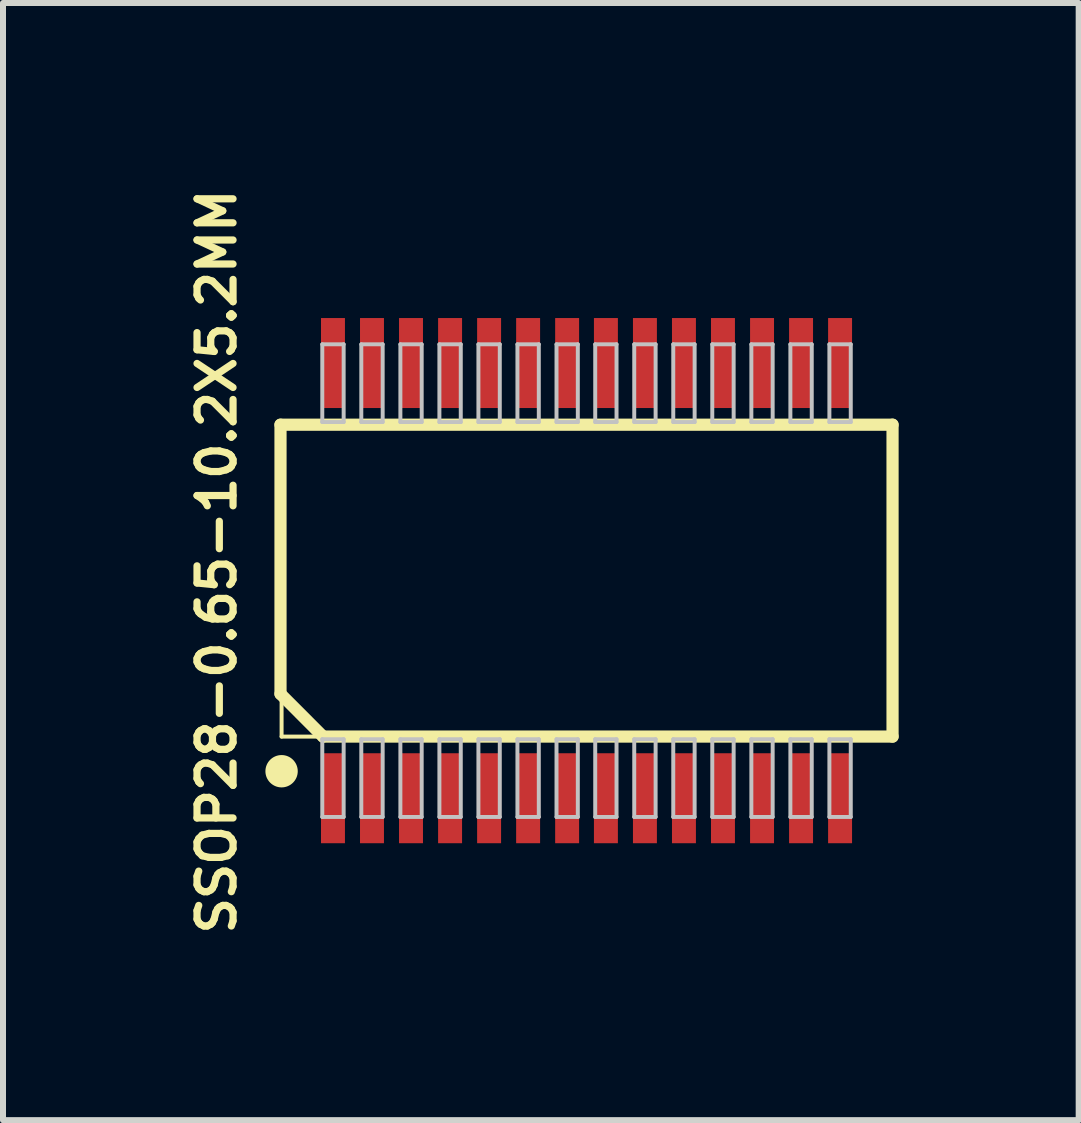
<source format=kicad_pcb>
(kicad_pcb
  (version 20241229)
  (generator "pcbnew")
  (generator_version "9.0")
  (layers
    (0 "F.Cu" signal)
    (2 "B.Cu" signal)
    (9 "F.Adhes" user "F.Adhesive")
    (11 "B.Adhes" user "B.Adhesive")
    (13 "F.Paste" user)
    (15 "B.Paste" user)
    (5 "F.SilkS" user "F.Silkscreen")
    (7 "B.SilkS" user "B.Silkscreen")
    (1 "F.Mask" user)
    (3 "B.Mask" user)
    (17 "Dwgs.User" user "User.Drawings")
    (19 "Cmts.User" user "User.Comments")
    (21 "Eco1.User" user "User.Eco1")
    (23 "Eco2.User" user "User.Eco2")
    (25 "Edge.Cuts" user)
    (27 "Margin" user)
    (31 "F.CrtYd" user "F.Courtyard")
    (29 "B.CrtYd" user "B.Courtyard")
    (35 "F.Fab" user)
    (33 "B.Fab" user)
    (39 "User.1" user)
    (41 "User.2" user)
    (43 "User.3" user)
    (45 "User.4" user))
  (footprint "SSOP28-0.65-10.2X5.2MM"
    (layer "F.Cu")
    (at 6.721 6.623)
    (property "Reference" "SSOP28-0.65-10.2X5.2MM" (at -6.16 -0.318 90) (layer "F.SilkS") (effects (font (size 0.6 0.6) (thickness 0.12))))
    (attr smd)
    (fp_line (start -5.098 -2.598) (end -5.098 1.887) (stroke (width 0.203) (type solid)) (layer "F.SilkS"))
    (fp_line (start -5.098 1.887) (end -4.389 2.598) (stroke (width 0.203) (type solid)) (layer "F.SilkS"))
    (fp_line (start -5.08 -2.598) (end 5.08 -2.598) (stroke (width 0.066) (type solid)) (layer "F.SilkS"))
    (fp_line (start -5.08 2.598) (end -5.08 -2.598) (stroke (width 0.066) (type solid)) (layer "F.SilkS"))
    (fp_line (start -5.08 2.598) (end 5.08 2.598) (stroke (width 0.066) (type solid)) (layer "F.SilkS"))
    (fp_line (start -4.389 2.598) (end 5.098 2.598) (stroke (width 0.203) (type solid)) (layer "F.SilkS"))
    (fp_line (start 5.08 2.598) (end 5.08 -2.598) (stroke (width 0.066) (type solid)) (layer "F.SilkS"))
    (fp_line (start 5.098 -2.598) (end -5.098 -2.598) (stroke (width 0.203) (type solid)) (layer "F.SilkS"))
    (fp_line (start 5.098 2.598) (end 5.098 -2.598) (stroke (width 0.203) (type solid)) (layer "F.SilkS"))
    (fp_circle (center -5.08 3.175) (end -5.271 3.365) (stroke (width 0) (type solid)) (fill yes) (layer "F.SilkS"))
    (fp_line (start -4.402 -3.937) (end -4.046 -3.937) (stroke (width 0.066) (type solid)) (layer "Dwgs.User"))
    (fp_line (start -4.402 -2.642) (end -4.402 -3.937) (stroke (width 0.066) (type solid)) (layer "Dwgs.User"))
    (fp_line (start -4.402 -2.642) (end -4.046 -2.642) (stroke (width 0.066) (type solid)) (layer "Dwgs.User"))
    (fp_line (start -4.402 2.642) (end -4.046 2.642) (stroke (width 0.066) (type solid)) (layer "Dwgs.User"))
    (fp_line (start -4.402 3.937) (end -4.402 2.642) (stroke (width 0.066) (type solid)) (layer "Dwgs.User"))
    (fp_line (start -4.402 3.937) (end -4.046 3.937) (stroke (width 0.066) (type solid)) (layer "Dwgs.User"))
    (fp_line (start -4.046 -2.642) (end -4.046 -3.937) (stroke (width 0.066) (type solid)) (layer "Dwgs.User"))
    (fp_line (start -4.046 3.937) (end -4.046 2.642) (stroke (width 0.066) (type solid)) (layer "Dwgs.User"))
    (fp_line (start -3.752 -3.937) (end -3.396 -3.937) (stroke (width 0.066) (type solid)) (layer "Dwgs.User"))
    (fp_line (start -3.752 -2.642) (end -3.752 -3.937) (stroke (width 0.066) (type solid)) (layer "Dwgs.User"))
    (fp_line (start -3.752 -2.642) (end -3.396 -2.642) (stroke (width 0.066) (type solid)) (layer "Dwgs.User"))
    (fp_line (start -3.752 2.642) (end -3.396 2.642) (stroke (width 0.066) (type solid)) (layer "Dwgs.User"))
    (fp_line (start -3.752 3.937) (end -3.752 2.642) (stroke (width 0.066) (type solid)) (layer "Dwgs.User"))
    (fp_line (start -3.752 3.937) (end -3.396 3.937) (stroke (width 0.066) (type solid)) (layer "Dwgs.User"))
    (fp_line (start -3.396 -2.642) (end -3.396 -3.937) (stroke (width 0.066) (type solid)) (layer "Dwgs.User"))
    (fp_line (start -3.396 3.937) (end -3.396 2.642) (stroke (width 0.066) (type solid)) (layer "Dwgs.User"))
    (fp_line (start -3.101 -3.937) (end -2.746 -3.937) (stroke (width 0.066) (type solid)) (layer "Dwgs.User"))
    (fp_line (start -3.101 -2.642) (end -3.101 -3.937) (stroke (width 0.066) (type solid)) (layer "Dwgs.User"))
    (fp_line (start -3.101 -2.642) (end -2.746 -2.642) (stroke (width 0.066) (type solid)) (layer "Dwgs.User"))
    (fp_line (start -3.101 2.642) (end -2.746 2.642) (stroke (width 0.066) (type solid)) (layer "Dwgs.User"))
    (fp_line (start -3.101 3.937) (end -3.101 2.642) (stroke (width 0.066) (type solid)) (layer "Dwgs.User"))
    (fp_line (start -3.101 3.937) (end -2.746 3.937) (stroke (width 0.066) (type solid)) (layer "Dwgs.User"))
    (fp_line (start -2.746 -2.642) (end -2.746 -3.937) (stroke (width 0.066) (type solid)) (layer "Dwgs.User"))
    (fp_line (start -2.746 3.937) (end -2.746 2.642) (stroke (width 0.066) (type solid)) (layer "Dwgs.User"))
    (fp_line (start -2.451 -3.937) (end -2.095 -3.937) (stroke (width 0.066) (type solid)) (layer "Dwgs.User"))
    (fp_line (start -2.451 -2.642) (end -2.451 -3.937) (stroke (width 0.066) (type solid)) (layer "Dwgs.User"))
    (fp_line (start -2.451 -2.642) (end -2.095 -2.642) (stroke (width 0.066) (type solid)) (layer "Dwgs.User"))
    (fp_line (start -2.451 2.642) (end -2.095 2.642) (stroke (width 0.066) (type solid)) (layer "Dwgs.User"))
    (fp_line (start -2.451 3.937) (end -2.451 2.642) (stroke (width 0.066) (type solid)) (layer "Dwgs.User"))
    (fp_line (start -2.451 3.937) (end -2.095 3.937) (stroke (width 0.066) (type solid)) (layer "Dwgs.User"))
    (fp_line (start -2.095 -2.642) (end -2.095 -3.937) (stroke (width 0.066) (type solid)) (layer "Dwgs.User"))
    (fp_line (start -2.095 3.937) (end -2.095 2.642) (stroke (width 0.066) (type solid)) (layer "Dwgs.User"))
    (fp_line (start -1.801 -3.937) (end -1.445 -3.937) (stroke (width 0.066) (type solid)) (layer "Dwgs.User"))
    (fp_line (start -1.801 -2.642) (end -1.801 -3.937) (stroke (width 0.066) (type solid)) (layer "Dwgs.User"))
    (fp_line (start -1.801 -2.642) (end -1.445 -2.642) (stroke (width 0.066) (type solid)) (layer "Dwgs.User"))
    (fp_line (start -1.801 2.642) (end -1.445 2.642) (stroke (width 0.066) (type solid)) (layer "Dwgs.User"))
    (fp_line (start -1.801 3.937) (end -1.801 2.642) (stroke (width 0.066) (type solid)) (layer "Dwgs.User"))
    (fp_line (start -1.801 3.937) (end -1.445 3.937) (stroke (width 0.066) (type solid)) (layer "Dwgs.User"))
    (fp_line (start -1.445 -2.642) (end -1.445 -3.937) (stroke (width 0.066) (type solid)) (layer "Dwgs.User"))
    (fp_line (start -1.445 3.937) (end -1.445 2.642) (stroke (width 0.066) (type solid)) (layer "Dwgs.User"))
    (fp_line (start -1.151 -3.937) (end -0.795 -3.937) (stroke (width 0.066) (type solid)) (layer "Dwgs.User"))
    (fp_line (start -1.151 -2.642) (end -1.151 -3.937) (stroke (width 0.066) (type solid)) (layer "Dwgs.User"))
    (fp_line (start -1.151 -2.642) (end -0.795 -2.642) (stroke (width 0.066) (type solid)) (layer "Dwgs.User"))
    (fp_line (start -1.151 2.642) (end -0.795 2.642) (stroke (width 0.066) (type solid)) (layer "Dwgs.User"))
    (fp_line (start -1.151 3.937) (end -1.151 2.642) (stroke (width 0.066) (type solid)) (layer "Dwgs.User"))
    (fp_line (start -1.151 3.937) (end -0.795 3.937) (stroke (width 0.066) (type solid)) (layer "Dwgs.User"))
    (fp_line (start -0.795 -2.642) (end -0.795 -3.937) (stroke (width 0.066) (type solid)) (layer "Dwgs.User"))
    (fp_line (start -0.795 3.937) (end -0.795 2.642) (stroke (width 0.066) (type solid)) (layer "Dwgs.User"))
    (fp_line (start -0.5 -3.937) (end -0.145 -3.937) (stroke (width 0.066) (type solid)) (layer "Dwgs.User"))
    (fp_line (start -0.5 -2.642) (end -0.5 -3.937) (stroke (width 0.066) (type solid)) (layer "Dwgs.User"))
    (fp_line (start -0.5 -2.642) (end -0.145 -2.642) (stroke (width 0.066) (type solid)) (layer "Dwgs.User"))
    (fp_line (start -0.5 2.642) (end -0.145 2.642) (stroke (width 0.066) (type solid)) (layer "Dwgs.User"))
    (fp_line (start -0.5 3.937) (end -0.5 2.642) (stroke (width 0.066) (type solid)) (layer "Dwgs.User"))
    (fp_line (start -0.5 3.937) (end -0.145 3.937) (stroke (width 0.066) (type solid)) (layer "Dwgs.User"))
    (fp_line (start -0.145 -2.642) (end -0.145 -3.937) (stroke (width 0.066) (type solid)) (layer "Dwgs.User"))
    (fp_line (start -0.145 3.937) (end -0.145 2.642) (stroke (width 0.066) (type solid)) (layer "Dwgs.User"))
    (fp_line (start 0.145 -3.937) (end 0.5 -3.937) (stroke (width 0.066) (type solid)) (layer "Dwgs.User"))
    (fp_line (start 0.145 -2.642) (end 0.145 -3.937) (stroke (width 0.066) (type solid)) (layer "Dwgs.User"))
    (fp_line (start 0.145 -2.642) (end 0.5 -2.642) (stroke (width 0.066) (type solid)) (layer "Dwgs.User"))
    (fp_line (start 0.145 2.642) (end 0.5 2.642) (stroke (width 0.066) (type solid)) (layer "Dwgs.User"))
    (fp_line (start 0.145 3.937) (end 0.145 2.642) (stroke (width 0.066) (type solid)) (layer "Dwgs.User"))
    (fp_line (start 0.145 3.937) (end 0.5 3.937) (stroke (width 0.066) (type solid)) (layer "Dwgs.User"))
    (fp_line (start 0.5 -2.642) (end 0.5 -3.937) (stroke (width 0.066) (type solid)) (layer "Dwgs.User"))
    (fp_line (start 0.5 3.937) (end 0.5 2.642) (stroke (width 0.066) (type solid)) (layer "Dwgs.User"))
    (fp_line (start 0.795 -3.937) (end 1.151 -3.937) (stroke (width 0.066) (type solid)) (layer "Dwgs.User"))
    (fp_line (start 0.795 -2.642) (end 0.795 -3.937) (stroke (width 0.066) (type solid)) (layer "Dwgs.User"))
    (fp_line (start 0.795 -2.642) (end 1.151 -2.642) (stroke (width 0.066) (type solid)) (layer "Dwgs.User"))
    (fp_line (start 0.795 2.642) (end 1.151 2.642) (stroke (width 0.066) (type solid)) (layer "Dwgs.User"))
    (fp_line (start 0.795 3.937) (end 0.795 2.642) (stroke (width 0.066) (type solid)) (layer "Dwgs.User"))
    (fp_line (start 0.795 3.937) (end 1.151 3.937) (stroke (width 0.066) (type solid)) (layer "Dwgs.User"))
    (fp_line (start 1.151 -2.642) (end 1.151 -3.937) (stroke (width 0.066) (type solid)) (layer "Dwgs.User"))
    (fp_line (start 1.151 3.937) (end 1.151 2.642) (stroke (width 0.066) (type solid)) (layer "Dwgs.User"))
    (fp_line (start 1.445 -3.937) (end 1.801 -3.937) (stroke (width 0.066) (type solid)) (layer "Dwgs.User"))
    (fp_line (start 1.445 -2.642) (end 1.445 -3.937) (stroke (width 0.066) (type solid)) (layer "Dwgs.User"))
    (fp_line (start 1.445 -2.642) (end 1.801 -2.642) (stroke (width 0.066) (type solid)) (layer "Dwgs.User"))
    (fp_line (start 1.445 2.642) (end 1.801 2.642) (stroke (width 0.066) (type solid)) (layer "Dwgs.User"))
    (fp_line (start 1.445 3.937) (end 1.445 2.642) (stroke (width 0.066) (type solid)) (layer "Dwgs.User"))
    (fp_line (start 1.445 3.937) (end 1.801 3.937) (stroke (width 0.066) (type solid)) (layer "Dwgs.User"))
    (fp_line (start 1.801 -2.642) (end 1.801 -3.937) (stroke (width 0.066) (type solid)) (layer "Dwgs.User"))
    (fp_line (start 1.801 3.937) (end 1.801 2.642) (stroke (width 0.066) (type solid)) (layer "Dwgs.User"))
    (fp_line (start 2.095 -3.937) (end 2.451 -3.937) (stroke (width 0.066) (type solid)) (layer "Dwgs.User"))
    (fp_line (start 2.095 -2.642) (end 2.095 -3.937) (stroke (width 0.066) (type solid)) (layer "Dwgs.User"))
    (fp_line (start 2.095 -2.642) (end 2.451 -2.642) (stroke (width 0.066) (type solid)) (layer "Dwgs.User"))
    (fp_line (start 2.095 2.642) (end 2.451 2.642) (stroke (width 0.066) (type solid)) (layer "Dwgs.User"))
    (fp_line (start 2.095 3.937) (end 2.095 2.642) (stroke (width 0.066) (type solid)) (layer "Dwgs.User"))
    (fp_line (start 2.095 3.937) (end 2.451 3.937) (stroke (width 0.066) (type solid)) (layer "Dwgs.User"))
    (fp_line (start 2.451 -2.642) (end 2.451 -3.937) (stroke (width 0.066) (type solid)) (layer "Dwgs.User"))
    (fp_line (start 2.451 3.937) (end 2.451 2.642) (stroke (width 0.066) (type solid)) (layer "Dwgs.User"))
    (fp_line (start 2.746 -3.937) (end 3.101 -3.937) (stroke (width 0.066) (type solid)) (layer "Dwgs.User"))
    (fp_line (start 2.746 -2.642) (end 2.746 -3.937) (stroke (width 0.066) (type solid)) (layer "Dwgs.User"))
    (fp_line (start 2.746 -2.642) (end 3.101 -2.642) (stroke (width 0.066) (type solid)) (layer "Dwgs.User"))
    (fp_line (start 2.746 2.642) (end 3.101 2.642) (stroke (width 0.066) (type solid)) (layer "Dwgs.User"))
    (fp_line (start 2.746 3.937) (end 2.746 2.642) (stroke (width 0.066) (type solid)) (layer "Dwgs.User"))
    (fp_line (start 2.746 3.937) (end 3.101 3.937) (stroke (width 0.066) (type solid)) (layer "Dwgs.User"))
    (fp_line (start 3.101 -2.642) (end 3.101 -3.937) (stroke (width 0.066) (type solid)) (layer "Dwgs.User"))
    (fp_line (start 3.101 3.937) (end 3.101 2.642) (stroke (width 0.066) (type solid)) (layer "Dwgs.User"))
    (fp_line (start 3.396 -3.937) (end 3.752 -3.937) (stroke (width 0.066) (type solid)) (layer "Dwgs.User"))
    (fp_line (start 3.396 -2.642) (end 3.396 -3.937) (stroke (width 0.066) (type solid)) (layer "Dwgs.User"))
    (fp_line (start 3.396 -2.642) (end 3.752 -2.642) (stroke (width 0.066) (type solid)) (layer "Dwgs.User"))
    (fp_line (start 3.396 2.642) (end 3.752 2.642) (stroke (width 0.066) (type solid)) (layer "Dwgs.User"))
    (fp_line (start 3.396 3.937) (end 3.396 2.642) (stroke (width 0.066) (type solid)) (layer "Dwgs.User"))
    (fp_line (start 3.396 3.937) (end 3.752 3.937) (stroke (width 0.066) (type solid)) (layer "Dwgs.User"))
    (fp_line (start 3.752 -2.642) (end 3.752 -3.937) (stroke (width 0.066) (type solid)) (layer "Dwgs.User"))
    (fp_line (start 3.752 3.937) (end 3.752 2.642) (stroke (width 0.066) (type solid)) (layer "Dwgs.User"))
    (fp_line (start 4.046 -3.937) (end 4.402 -3.937) (stroke (width 0.066) (type solid)) (layer "Dwgs.User"))
    (fp_line (start 4.046 -2.642) (end 4.046 -3.937) (stroke (width 0.066) (type solid)) (layer "Dwgs.User"))
    (fp_line (start 4.046 -2.642) (end 4.402 -2.642) (stroke (width 0.066) (type solid)) (layer "Dwgs.User"))
    (fp_line (start 4.046 2.642) (end 4.402 2.642) (stroke (width 0.066) (type solid)) (layer "Dwgs.User"))
    (fp_line (start 4.046 3.937) (end 4.046 2.642) (stroke (width 0.066) (type solid)) (layer "Dwgs.User"))
    (fp_line (start 4.046 3.937) (end 4.402 3.937) (stroke (width 0.066) (type solid)) (layer "Dwgs.User"))
    (fp_line (start 4.402 -2.642) (end 4.402 -3.937) (stroke (width 0.066) (type solid)) (layer "Dwgs.User"))
    (fp_line (start 4.402 3.937) (end 4.402 2.642) (stroke (width 0.066) (type solid)) (layer "Dwgs.User"))
    (pad "1" smd rect (at -4.224 3.625) (size 0.399 1.499) (layers "F.Cu" "F.Mask" "F.Paste"))
    (pad "2" smd rect (at -3.574 3.625) (size 0.399 1.499) (layers "F.Cu" "F.Mask" "F.Paste"))
    (pad "3" smd rect (at -2.924 3.625) (size 0.399 1.499) (layers "F.Cu" "F.Mask" "F.Paste"))
    (pad "4" smd rect (at -2.273 3.625) (size 0.399 1.499) (layers "F.Cu" "F.Mask" "F.Paste"))
    (pad "5" smd rect (at -1.623 3.625) (size 0.399 1.499) (layers "F.Cu" "F.Mask" "F.Paste"))
    (pad "6" smd rect (at -0.973 3.625) (size 0.399 1.499) (layers "F.Cu" "F.Mask" "F.Paste"))
    (pad "7" smd rect (at -0.323 3.625) (size 0.399 1.499) (layers "F.Cu" "F.Mask" "F.Paste"))
    (pad "8" smd rect (at 0.323 3.625) (size 0.399 1.499) (layers "F.Cu" "F.Mask" "F.Paste"))
    (pad "9" smd rect (at 0.973 3.625) (size 0.399 1.499) (layers "F.Cu" "F.Mask" "F.Paste"))
    (pad "10" smd rect (at 1.623 3.625) (size 0.399 1.499) (layers "F.Cu" "F.Mask" "F.Paste"))
    (pad "11" smd rect (at 2.273 3.625) (size 0.399 1.499) (layers "F.Cu" "F.Mask" "F.Paste"))
    (pad "12" smd rect (at 2.924 3.625) (size 0.399 1.499) (layers "F.Cu" "F.Mask" "F.Paste"))
    (pad "13" smd rect (at 3.574 3.625) (size 0.399 1.499) (layers "F.Cu" "F.Mask" "F.Paste"))
    (pad "14" smd rect (at 4.224 3.625) (size 0.399 1.499) (layers "F.Cu" "F.Mask" "F.Paste"))
    (pad "15" smd rect (at 4.224 -3.625) (size 0.399 1.499) (layers "F.Cu" "F.Mask" "F.Paste"))
    (pad "16" smd rect (at 3.574 -3.625) (size 0.399 1.499) (layers "F.Cu" "F.Mask" "F.Paste"))
    (pad "17" smd rect (at 2.924 -3.625) (size 0.399 1.499) (layers "F.Cu" "F.Mask" "F.Paste"))
    (pad "18" smd rect (at 2.273 -3.625) (size 0.399 1.499) (layers "F.Cu" "F.Mask" "F.Paste"))
    (pad "19" smd rect (at 1.623 -3.625) (size 0.399 1.499) (layers "F.Cu" "F.Mask" "F.Paste"))
    (pad "20" smd rect (at 0.973 -3.625) (size 0.399 1.499) (layers "F.Cu" "F.Mask" "F.Paste"))
    (pad "21" smd rect (at 0.323 -3.625) (size 0.399 1.499) (layers "F.Cu" "F.Mask" "F.Paste"))
    (pad "22" smd rect (at -0.323 -3.625) (size 0.399 1.499) (layers "F.Cu" "F.Mask" "F.Paste"))
    (pad "23" smd rect (at -0.973 -3.625) (size 0.399 1.499) (layers "F.Cu" "F.Mask" "F.Paste"))
    (pad "24" smd rect (at -1.623 -3.625) (size 0.399 1.499) (layers "F.Cu" "F.Mask" "F.Paste"))
    (pad "25" smd rect (at -2.273 -3.625) (size 0.399 1.499) (layers "F.Cu" "F.Mask" "F.Paste"))
    (pad "26" smd rect (at -2.924 -3.625) (size 0.399 1.499) (layers "F.Cu" "F.Mask" "F.Paste"))
    (pad "27" smd rect (at -3.574 -3.625) (size 0.399 1.499) (layers "F.Cu" "F.Mask" "F.Paste"))
    (pad "28" smd rect (at -4.224 -3.625) (size 0.399 1.499) (layers "F.Cu" "F.Mask" "F.Paste")))
  (gr_rect
    (start -3 -3)
    (end 14.92 15.611)
    (stroke (width 0.1) (type default))
    (fill no)
    (layer "Edge.Cuts")))
</source>
